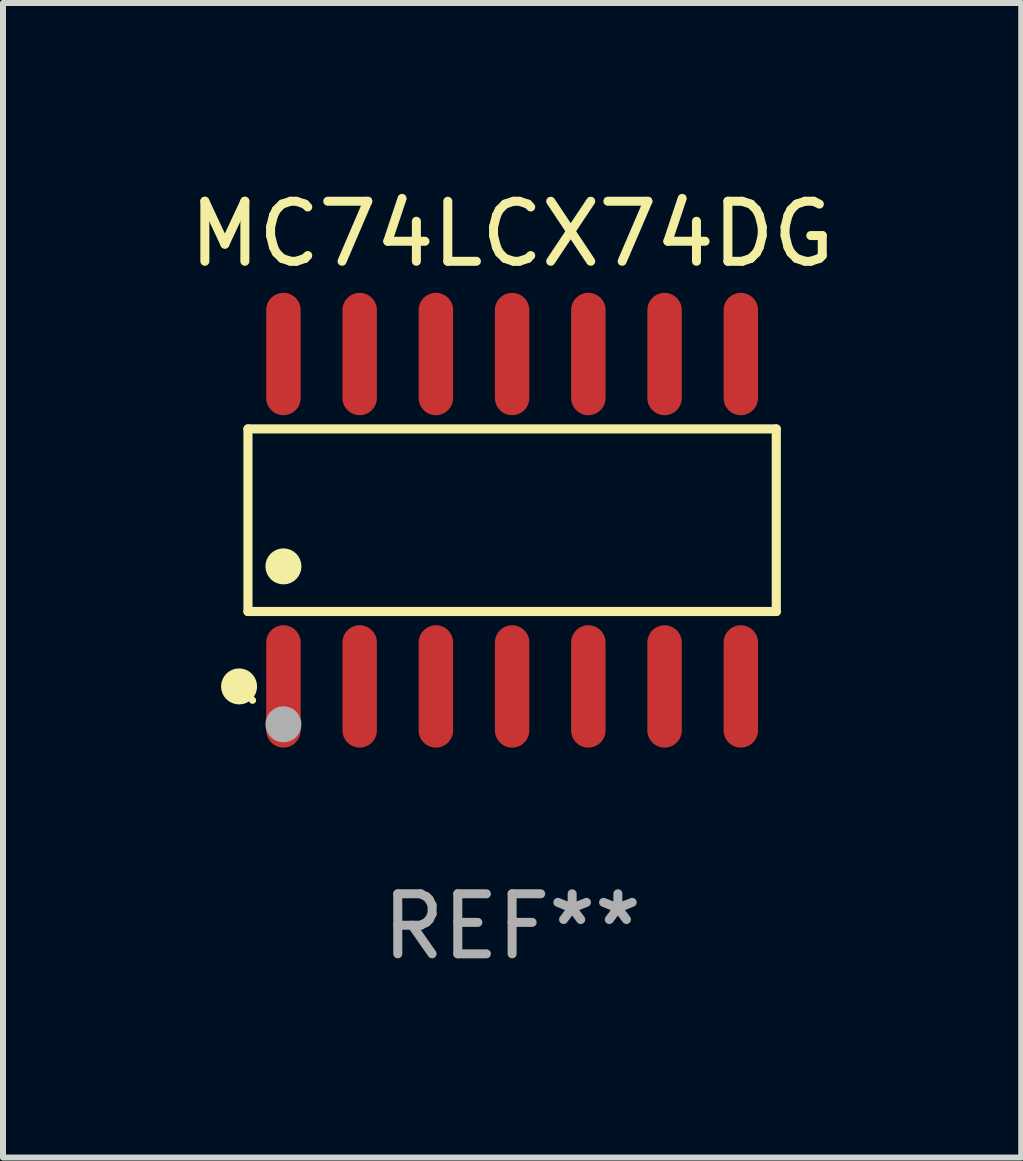
<source format=kicad_pcb>
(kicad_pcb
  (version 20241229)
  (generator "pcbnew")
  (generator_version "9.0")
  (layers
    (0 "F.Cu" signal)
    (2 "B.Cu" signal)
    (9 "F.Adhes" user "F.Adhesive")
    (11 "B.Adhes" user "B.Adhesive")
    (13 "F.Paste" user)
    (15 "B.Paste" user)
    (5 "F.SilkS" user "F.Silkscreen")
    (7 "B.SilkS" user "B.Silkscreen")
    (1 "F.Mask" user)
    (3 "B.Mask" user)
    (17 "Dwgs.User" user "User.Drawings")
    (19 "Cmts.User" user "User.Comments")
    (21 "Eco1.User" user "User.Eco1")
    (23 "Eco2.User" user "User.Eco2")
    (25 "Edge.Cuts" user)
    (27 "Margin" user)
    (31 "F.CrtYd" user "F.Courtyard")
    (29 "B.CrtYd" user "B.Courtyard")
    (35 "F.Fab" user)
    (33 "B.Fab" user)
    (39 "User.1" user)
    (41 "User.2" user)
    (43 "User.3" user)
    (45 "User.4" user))
  (footprint "MC74LCX74DG"
    (layer "F.Cu")
    (at 5.482 5.617)
    (property "Reference" "MC74LCX74DG" (at 0 -4.769 0) (layer "F.SilkS") (effects (font (size 1 1) (thickness 0.15))))
    (attr through_hole)
    (fp_line (start -4.401 -1.521) (end 4.401 -1.521) (stroke (width 0.152) (type solid)) (layer "F.SilkS"))
    (fp_line (start -4.401 1.521) (end -4.401 -1.521) (stroke (width 0.152) (type solid)) (layer "F.SilkS"))
    (fp_line (start 4.401 -1.521) (end 4.401 1.521) (stroke (width 0.152) (type solid)) (layer "F.SilkS"))
    (fp_line (start 4.401 1.521) (end -4.401 1.521) (stroke (width 0.152) (type solid)) (layer "F.SilkS"))
    (fp_circle (center -4.549 2.769) (end -4.399 2.769) (stroke (width 0.3) (type solid)) (fill no) (layer "F.SilkS"))
    (fp_circle (center -4.325 3) (end -4.295 3) (stroke (width 0.06) (type solid)) (fill no) (layer "F.SilkS"))
    (fp_circle (center -3.81 0.769) (end -3.66 0.769) (stroke (width 0.3) (type solid)) (fill no) (layer "F.SilkS"))
    (fp_circle (center -3.81 3.4) (end -3.66 3.4) (stroke (width 0.3) (type solid)) (fill no) (layer "F.Fab"))
    (fp_text user "REF**" (at 0 6.769 0) (layer "F.Fab") (effects (font (size 1 1) (thickness 0.15))))
    (pad "1" smd oval (at -3.81 2.769) (size 0.574 2.038) (layers "F.Cu" "F.Mask" "F.Paste"))
    (pad "2" smd oval (at -2.54 2.769) (size 0.574 2.038) (layers "F.Cu" "F.Mask" "F.Paste"))
    (pad "3" smd oval (at -1.27 2.769) (size 0.574 2.038) (layers "F.Cu" "F.Mask" "F.Paste"))
    (pad "4" smd oval (at 0 2.769) (size 0.574 2.038) (layers "F.Cu" "F.Mask" "F.Paste"))
    (pad "5" smd oval (at 1.27 2.769) (size 0.574 2.038) (layers "F.Cu" "F.Mask" "F.Paste"))
    (pad "6" smd oval (at 2.54 2.769) (size 0.574 2.038) (layers "F.Cu" "F.Mask" "F.Paste"))
    (pad "7" smd oval (at 3.81 2.769) (size 0.574 2.038) (layers "F.Cu" "F.Mask" "F.Paste"))
    (pad "8" smd oval (at 3.81 -2.769) (size 0.574 2.038) (layers "F.Cu" "F.Mask" "F.Paste"))
    (pad "9" smd oval (at 2.54 -2.769) (size 0.574 2.038) (layers "F.Cu" "F.Mask" "F.Paste"))
    (pad "10" smd oval (at 1.27 -2.769) (size 0.574 2.038) (layers "F.Cu" "F.Mask" "F.Paste"))
    (pad "11" smd oval (at 0 -2.769) (size 0.574 2.038) (layers "F.Cu" "F.Mask" "F.Paste"))
    (pad "12" smd oval (at -1.27 -2.769) (size 0.574 2.038) (layers "F.Cu" "F.Mask" "F.Paste"))
    (pad "13" smd oval (at -2.54 -2.769) (size 0.574 2.038) (layers "F.Cu" "F.Mask" "F.Paste"))
    (pad "14" smd oval (at -3.81 -2.769) (size 0.574 2.038) (layers "F.Cu" "F.Mask" "F.Paste")))
  (gr_rect
    (start -3 -3)
    (end 13.964 16.235)
    (stroke (width 0.1) (type default))
    (fill no)
    (layer "Edge.Cuts")))
</source>
